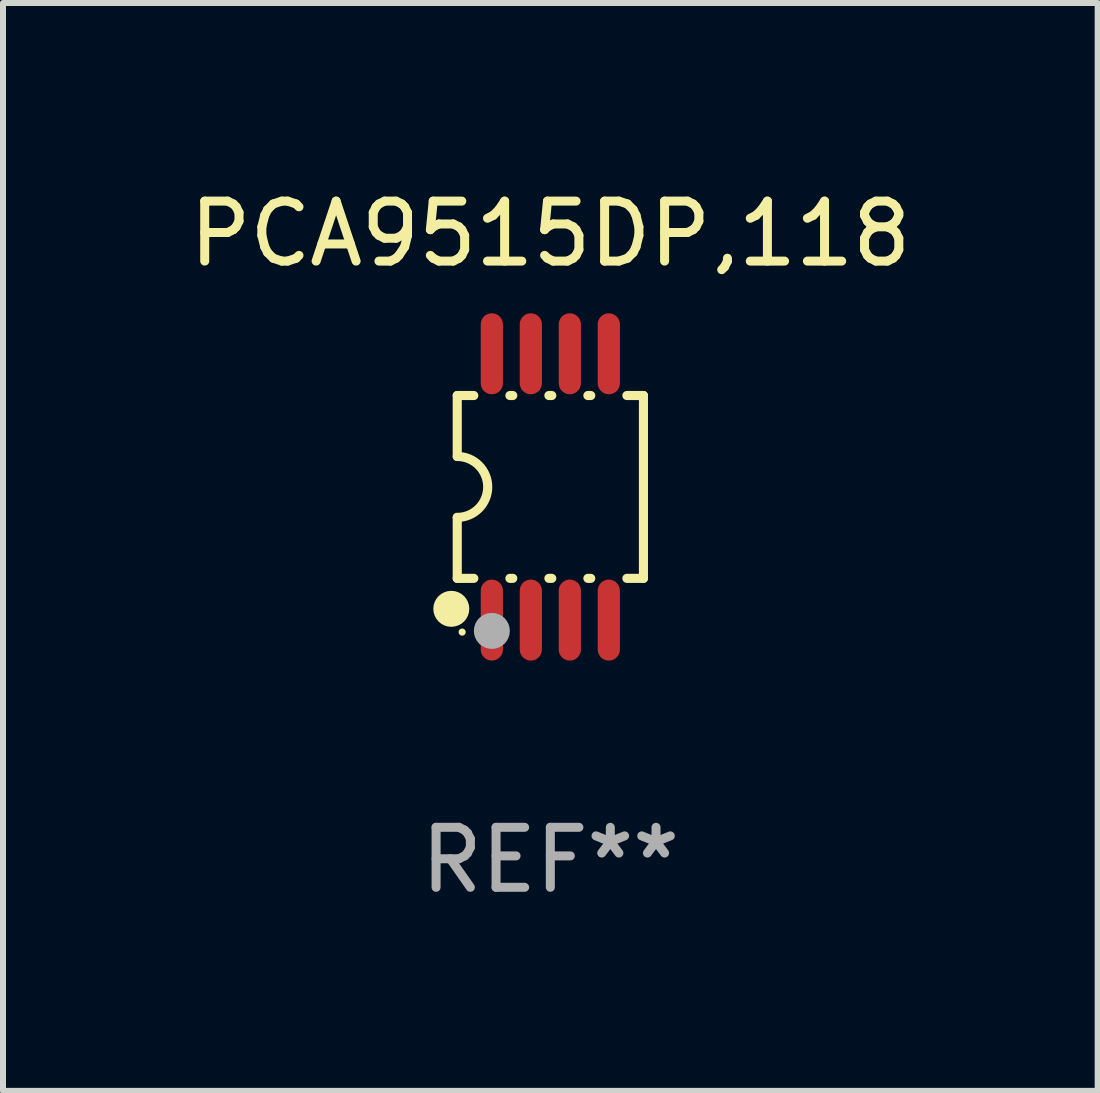
<source format=kicad_pcb>
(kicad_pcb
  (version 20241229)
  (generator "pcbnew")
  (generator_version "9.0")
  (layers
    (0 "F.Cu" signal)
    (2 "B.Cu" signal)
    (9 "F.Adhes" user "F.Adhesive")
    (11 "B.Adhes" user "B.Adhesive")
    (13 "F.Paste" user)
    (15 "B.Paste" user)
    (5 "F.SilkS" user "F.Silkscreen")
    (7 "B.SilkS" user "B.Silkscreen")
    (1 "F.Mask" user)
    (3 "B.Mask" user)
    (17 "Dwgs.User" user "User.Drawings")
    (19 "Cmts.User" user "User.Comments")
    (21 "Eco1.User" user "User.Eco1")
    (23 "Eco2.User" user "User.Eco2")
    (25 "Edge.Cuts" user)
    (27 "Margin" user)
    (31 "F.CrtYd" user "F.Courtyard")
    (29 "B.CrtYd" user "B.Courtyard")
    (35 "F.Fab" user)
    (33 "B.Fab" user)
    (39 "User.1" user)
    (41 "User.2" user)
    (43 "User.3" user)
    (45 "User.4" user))
  (footprint "PCA9515DP,118"
    (layer "F.Cu")
    (at 6.125 5.068)
    (property "Reference" "PCA9515DP,118" (at 0 -4.22 0) (layer "F.SilkS") (effects (font (size 1 1) (thickness 0.15))))
    (attr through_hole)
    (fp_line (start -1.552 -1.524) (end -1.276 -1.524) (stroke (width 0.152) (type solid)) (layer "F.SilkS"))
    (fp_line (start -1.552 -0.508) (end -1.552 -1.524) (stroke (width 0.152) (type solid)) (layer "F.SilkS"))
    (fp_line (start -1.552 1.524) (end -1.552 0.508) (stroke (width 0.152) (type solid)) (layer "F.SilkS"))
    (fp_line (start -1.552 1.524) (end -1.276 1.524) (stroke (width 0.152) (type solid)) (layer "F.SilkS"))
    (fp_line (start -0.674 -1.524) (end -0.626 -1.524) (stroke (width 0.152) (type solid)) (layer "F.SilkS"))
    (fp_line (start -0.674 1.524) (end -0.626 1.524) (stroke (width 0.152) (type solid)) (layer "F.SilkS"))
    (fp_line (start -0.024 -1.524) (end 0.024 -1.524) (stroke (width 0.152) (type solid)) (layer "F.SilkS"))
    (fp_line (start -0.024 1.524) (end 0.024 1.524) (stroke (width 0.152) (type solid)) (layer "F.SilkS"))
    (fp_line (start 0.626 -1.524) (end 0.674 -1.524) (stroke (width 0.152) (type solid)) (layer "F.SilkS"))
    (fp_line (start 0.626 1.524) (end 0.674 1.524) (stroke (width 0.152) (type solid)) (layer "F.SilkS"))
    (fp_line (start 1.276 1.524) (end 1.552 1.524) (stroke (width 0.152) (type solid)) (layer "F.SilkS"))
    (fp_line (start 1.276 -1.524) (end 1.552 -1.524) (stroke (width 0.152) (type solid)) (layer "F.SilkS"))
    (fp_line (start 1.552 -1.524) (end 1.552 1.524) (stroke (width 0.152) (type solid)) (layer "F.SilkS"))
    (fp_arc (start -1.551943 -0.508001) (mid -1.043942 0) (end -1.551943 0.508001) (stroke (width 0.151994) (type solid)) (layer "F.SilkS"))
    (fp_circle (center -1.651 2.032) (end -1.501 2.032) (stroke (width 0.3) (type solid)) (fill no) (layer "F.SilkS"))
    (fp_circle (center -1.47 2.42) (end -1.44 2.42) (stroke (width 0.06) (type solid)) (fill no) (layer "F.SilkS"))
    (fp_circle (center -0.975 2.4) (end -0.825 2.4) (stroke (width 0.3) (type solid)) (fill no) (layer "F.Fab"))
    (fp_text user "REF**" (at 0 6.22 0) (layer "F.Fab") (effects (font (size 1 1) (thickness 0.15))))
    (pad "1" smd oval (at -0.975 2.22) (size 0.37 1.35) (layers "F.Cu" "F.Mask" "F.Paste"))
    (pad "2" smd oval (at -0.325 2.22) (size 0.37 1.35) (layers "F.Cu" "F.Mask" "F.Paste"))
    (pad "3" smd oval (at 0.325 2.22) (size 0.37 1.35) (layers "F.Cu" "F.Mask" "F.Paste"))
    (pad "4" smd oval (at 0.975 2.22) (size 0.37 1.35) (layers "F.Cu" "F.Mask" "F.Paste"))
    (pad "5" smd oval (at 0.975 -2.22) (size 0.37 1.35) (layers "F.Cu" "F.Mask" "F.Paste"))
    (pad "6" smd oval (at 0.325 -2.22) (size 0.37 1.35) (layers "F.Cu" "F.Mask" "F.Paste"))
    (pad "7" smd oval (at -0.325 -2.22) (size 0.37 1.35) (layers "F.Cu" "F.Mask" "F.Paste"))
    (pad "8" smd oval (at -0.975 -2.22) (size 0.37 1.35) (layers "F.Cu" "F.Mask" "F.Paste")))
  (gr_rect
    (start -3 -3)
    (end 15.25 15.137)
    (stroke (width 0.1) (type default))
    (fill no)
    (layer "Edge.Cuts")))
</source>
